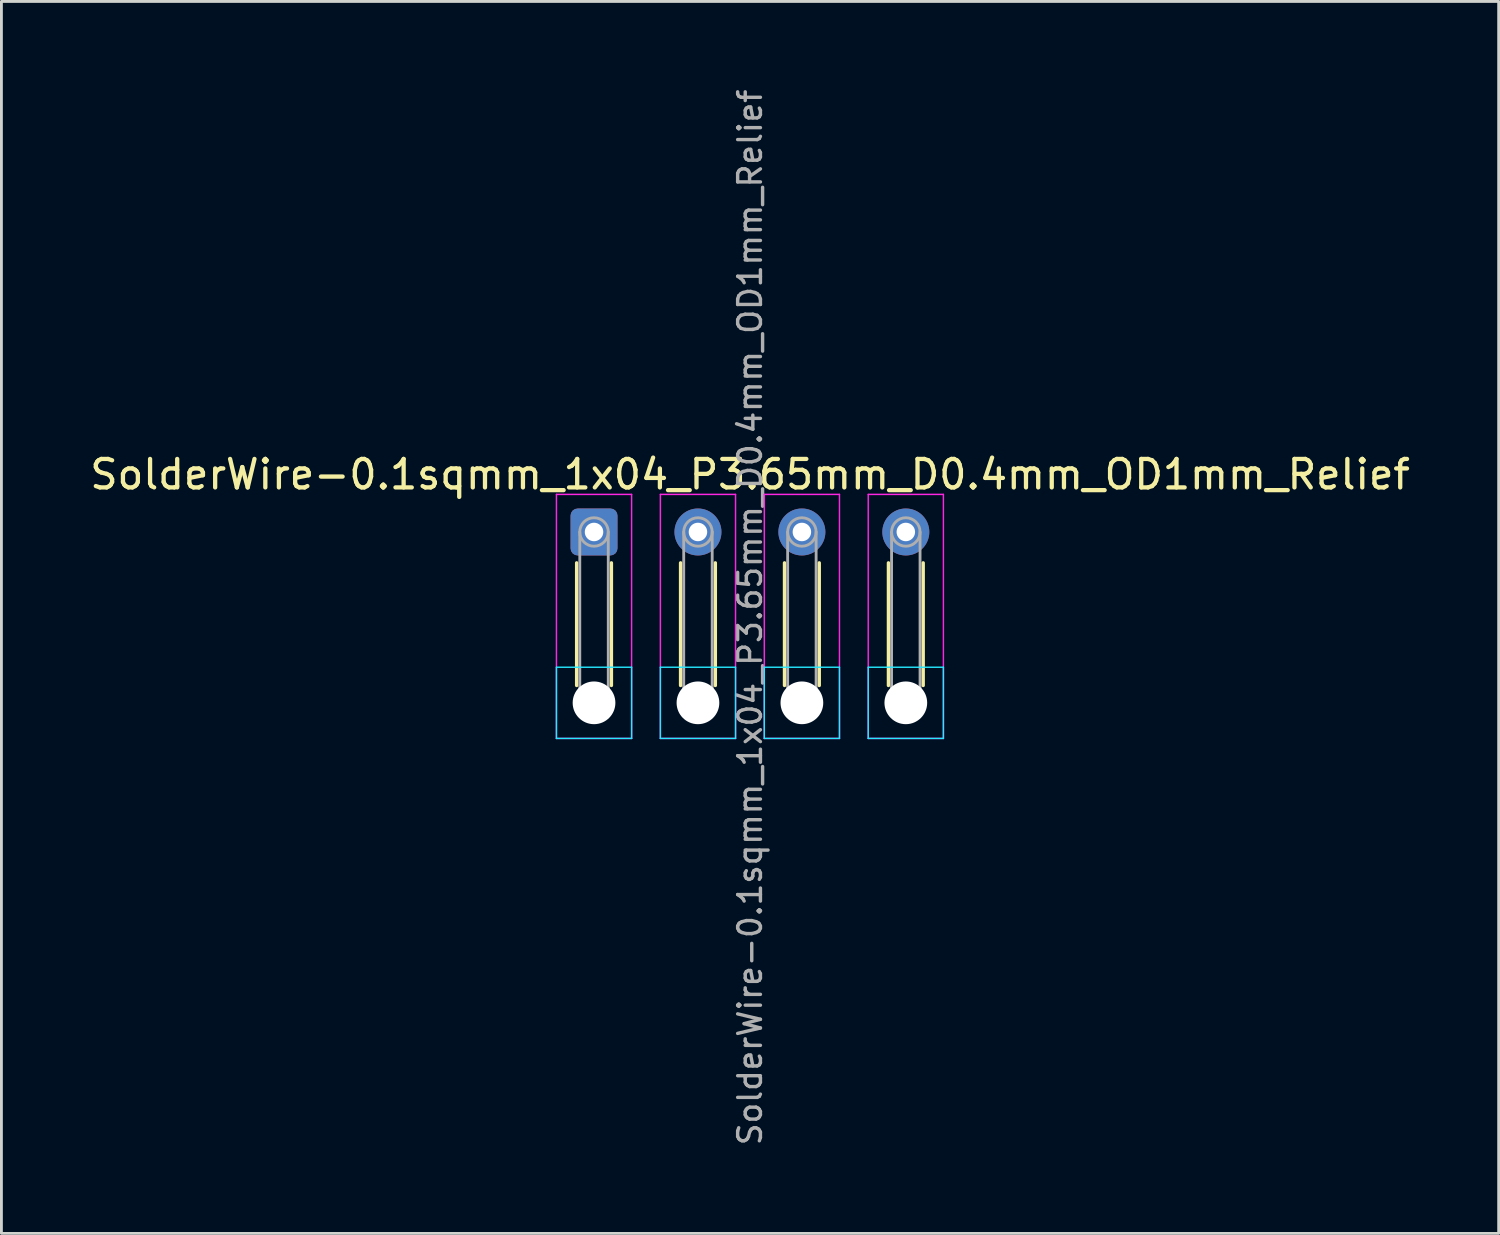
<source format=kicad_pcb>
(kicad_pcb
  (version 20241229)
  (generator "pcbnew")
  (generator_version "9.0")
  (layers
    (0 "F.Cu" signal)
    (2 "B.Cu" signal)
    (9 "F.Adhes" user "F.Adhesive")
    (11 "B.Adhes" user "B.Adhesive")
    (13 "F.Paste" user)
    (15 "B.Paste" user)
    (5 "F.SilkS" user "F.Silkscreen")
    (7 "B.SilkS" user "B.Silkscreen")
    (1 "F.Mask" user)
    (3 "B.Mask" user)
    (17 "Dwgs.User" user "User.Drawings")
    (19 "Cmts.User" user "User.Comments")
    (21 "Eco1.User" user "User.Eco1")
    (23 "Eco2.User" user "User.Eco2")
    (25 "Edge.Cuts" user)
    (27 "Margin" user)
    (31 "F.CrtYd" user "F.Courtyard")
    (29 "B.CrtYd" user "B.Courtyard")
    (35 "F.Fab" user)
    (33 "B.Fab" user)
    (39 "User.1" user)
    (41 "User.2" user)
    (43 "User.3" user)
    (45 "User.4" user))
  (footprint "SolderWire-0.1sqmm_1x04_P3.65mm_D0.4mm_OD1mm_Relief"
    (layer "F.Cu")
    (at 17.812 15.633)
    (property "Reference" "SolderWire-0.1sqmm_1x04_P3.65mm_D0.4mm_OD1mm_Relief" (at 5.48 -2.02 0) (layer "F.SilkS") (effects (font (size 1 1) (thickness 0.15))))
    (attr exclude_from_pos_files exclude_from_bom)
    (fp_line (start -0.61 1.085) (end -0.61 5.39) (stroke (width 0.12) (type solid)) (layer "F.SilkS"))
    (fp_line (start 0.61 1.085) (end 0.61 5.39) (stroke (width 0.12) (type solid)) (layer "F.SilkS"))
    (fp_line (start 3.04 1.085) (end 3.04 5.39) (stroke (width 0.12) (type solid)) (layer "F.SilkS"))
    (fp_line (start 4.26 1.085) (end 4.26 5.39) (stroke (width 0.12) (type solid)) (layer "F.SilkS"))
    (fp_line (start 6.69 1.085) (end 6.69 5.39) (stroke (width 0.12) (type solid)) (layer "F.SilkS"))
    (fp_line (start 7.91 1.085) (end 7.91 5.39) (stroke (width 0.12) (type solid)) (layer "F.SilkS"))
    (fp_line (start 10.34 1.085) (end 10.34 5.39) (stroke (width 0.12) (type solid)) (layer "F.SilkS"))
    (fp_line (start 11.56 1.085) (end 11.56 5.39) (stroke (width 0.12) (type solid)) (layer "F.SilkS"))
    (fp_line (start -1.32 4.75) (end -1.32 7.25) (stroke (width 0.05) (type solid)) (layer "B.CrtYd"))
    (fp_line (start -1.32 7.25) (end 1.32 7.25) (stroke (width 0.05) (type solid)) (layer "B.CrtYd"))
    (fp_line (start 1.32 4.75) (end -1.32 4.75) (stroke (width 0.05) (type solid)) (layer "B.CrtYd"))
    (fp_line (start 1.32 7.25) (end 1.32 4.75) (stroke (width 0.05) (type solid)) (layer "B.CrtYd"))
    (fp_line (start 2.33 4.75) (end 2.33 7.25) (stroke (width 0.05) (type solid)) (layer "B.CrtYd"))
    (fp_line (start 2.33 7.25) (end 4.97 7.25) (stroke (width 0.05) (type solid)) (layer "B.CrtYd"))
    (fp_line (start 4.97 4.75) (end 2.33 4.75) (stroke (width 0.05) (type solid)) (layer "B.CrtYd"))
    (fp_line (start 4.97 7.25) (end 4.97 4.75) (stroke (width 0.05) (type solid)) (layer "B.CrtYd"))
    (fp_line (start 5.98 4.75) (end 5.98 7.25) (stroke (width 0.05) (type solid)) (layer "B.CrtYd"))
    (fp_line (start 5.98 7.25) (end 8.62 7.25) (stroke (width 0.05) (type solid)) (layer "B.CrtYd"))
    (fp_line (start 8.62 4.75) (end 5.98 4.75) (stroke (width 0.05) (type solid)) (layer "B.CrtYd"))
    (fp_line (start 8.62 7.25) (end 8.62 4.75) (stroke (width 0.05) (type solid)) (layer "B.CrtYd"))
    (fp_line (start 9.63 4.75) (end 9.63 7.25) (stroke (width 0.05) (type solid)) (layer "B.CrtYd"))
    (fp_line (start 9.63 7.25) (end 12.27 7.25) (stroke (width 0.05) (type solid)) (layer "B.CrtYd"))
    (fp_line (start 12.27 4.75) (end 9.63 4.75) (stroke (width 0.05) (type solid)) (layer "B.CrtYd"))
    (fp_line (start 12.27 7.25) (end 12.27 4.75) (stroke (width 0.05) (type solid)) (layer "B.CrtYd"))
    (fp_line (start -1.32 -1.32) (end -1.32 7.25) (stroke (width 0.05) (type solid)) (layer "F.CrtYd"))
    (fp_line (start -1.32 7.25) (end 1.32 7.25) (stroke (width 0.05) (type solid)) (layer "F.CrtYd"))
    (fp_line (start 1.32 -1.32) (end -1.32 -1.32) (stroke (width 0.05) (type solid)) (layer "F.CrtYd"))
    (fp_line (start 1.32 7.25) (end 1.32 -1.32) (stroke (width 0.05) (type solid)) (layer "F.CrtYd"))
    (fp_line (start 2.33 -1.32) (end 2.33 7.25) (stroke (width 0.05) (type solid)) (layer "F.CrtYd"))
    (fp_line (start 2.33 7.25) (end 4.97 7.25) (stroke (width 0.05) (type solid)) (layer "F.CrtYd"))
    (fp_line (start 4.97 -1.32) (end 2.33 -1.32) (stroke (width 0.05) (type solid)) (layer "F.CrtYd"))
    (fp_line (start 4.97 7.25) (end 4.97 -1.32) (stroke (width 0.05) (type solid)) (layer "F.CrtYd"))
    (fp_line (start 5.98 -1.32) (end 5.98 7.25) (stroke (width 0.05) (type solid)) (layer "F.CrtYd"))
    (fp_line (start 5.98 7.25) (end 8.62 7.25) (stroke (width 0.05) (type solid)) (layer "F.CrtYd"))
    (fp_line (start 8.62 -1.32) (end 5.98 -1.32) (stroke (width 0.05) (type solid)) (layer "F.CrtYd"))
    (fp_line (start 8.62 7.25) (end 8.62 -1.32) (stroke (width 0.05) (type solid)) (layer "F.CrtYd"))
    (fp_line (start 9.63 -1.32) (end 9.63 7.25) (stroke (width 0.05) (type solid)) (layer "F.CrtYd"))
    (fp_line (start 9.63 7.25) (end 12.27 7.25) (stroke (width 0.05) (type solid)) (layer "F.CrtYd"))
    (fp_line (start 12.27 -1.32) (end 9.63 -1.32) (stroke (width 0.05) (type solid)) (layer "F.CrtYd"))
    (fp_line (start 12.27 7.25) (end 12.27 -1.32) (stroke (width 0.05) (type solid)) (layer "F.CrtYd"))
    (fp_line (start -0.5 0) (end -0.5 6) (stroke (width 0.1) (type solid)) (layer "F.Fab"))
    (fp_line (start 0.5 0) (end 0.5 6) (stroke (width 0.1) (type solid)) (layer "F.Fab"))
    (fp_line (start 3.15 0) (end 3.15 6) (stroke (width 0.1) (type solid)) (layer "F.Fab"))
    (fp_line (start 4.15 0) (end 4.15 6) (stroke (width 0.1) (type solid)) (layer "F.Fab"))
    (fp_line (start 6.8 0) (end 6.8 6) (stroke (width 0.1) (type solid)) (layer "F.Fab"))
    (fp_line (start 7.8 0) (end 7.8 6) (stroke (width 0.1) (type solid)) (layer "F.Fab"))
    (fp_line (start 10.45 0) (end 10.45 6) (stroke (width 0.1) (type solid)) (layer "F.Fab"))
    (fp_line (start 11.45 0) (end 11.45 6) (stroke (width 0.1) (type solid)) (layer "F.Fab"))
    (fp_circle (center 0 0) (end 0.5 0) (stroke (width 0.1) (type solid)) (fill no) (layer "F.Fab"))
    (fp_circle (center 0 6) (end 0.5 6) (stroke (width 0.1) (type solid)) (fill no) (layer "F.Fab"))
    (fp_circle (center 3.65 0) (end 4.15 0) (stroke (width 0.1) (type solid)) (fill no) (layer "F.Fab"))
    (fp_circle (center 3.65 6) (end 4.15 6) (stroke (width 0.1) (type solid)) (fill no) (layer "F.Fab"))
    (fp_circle (center 7.3 0) (end 7.8 0) (stroke (width 0.1) (type solid)) (fill no) (layer "F.Fab"))
    (fp_circle (center 7.3 6) (end 7.8 6) (stroke (width 0.1) (type solid)) (fill no) (layer "F.Fab"))
    (fp_circle (center 10.95 0) (end 11.45 0) (stroke (width 0.1) (type solid)) (fill no) (layer "F.Fab"))
    (fp_circle (center 10.95 6) (end 11.45 6) (stroke (width 0.1) (type solid)) (fill no) (layer "F.Fab"))
    (fp_text user "${REFERENCE}" (at 5.48 3 90) (layer "F.Fab") (effects (font (size 0.8 0.8) (thickness 0.12))))
    (pad "" np_thru_hole circle (at 0 6) (size 1.5 1.5) (drill 1.5) (layers "*.Cu" "*.Mask"))
    (pad "" np_thru_hole circle (at 3.65 6) (size 1.5 1.5) (drill 1.5) (layers "*.Cu" "*.Mask"))
    (pad "" np_thru_hole circle (at 7.3 6) (size 1.5 1.5) (drill 1.5) (layers "*.Cu" "*.Mask"))
    (pad "" np_thru_hole circle (at 10.95 6) (size 1.5 1.5) (drill 1.5) (layers "*.Cu" "*.Mask"))
    (pad "1" thru_hole roundrect (at 0 0) (size 1.65 1.65) (drill 0.65) (layers "*.Cu" "*.Mask") (roundrect_rratio 0.152))
    (pad "2" thru_hole circle (at 3.65 0) (size 1.65 1.65) (drill 0.65) (layers "*.Cu" "*.Mask"))
    (pad "3" thru_hole circle (at 7.3 0) (size 1.65 1.65) (drill 0.65) (layers "*.Cu" "*.Mask"))
    (pad "4" thru_hole circle (at 10.95 0) (size 1.65 1.65) (drill 0.65) (layers "*.Cu" "*.Mask")))
  (gr_rect
    (start -3 -3)
    (end 49.583 40.267)
    (stroke (width 0.1) (type default))
    (fill no)
    (layer "Edge.Cuts")))
</source>
